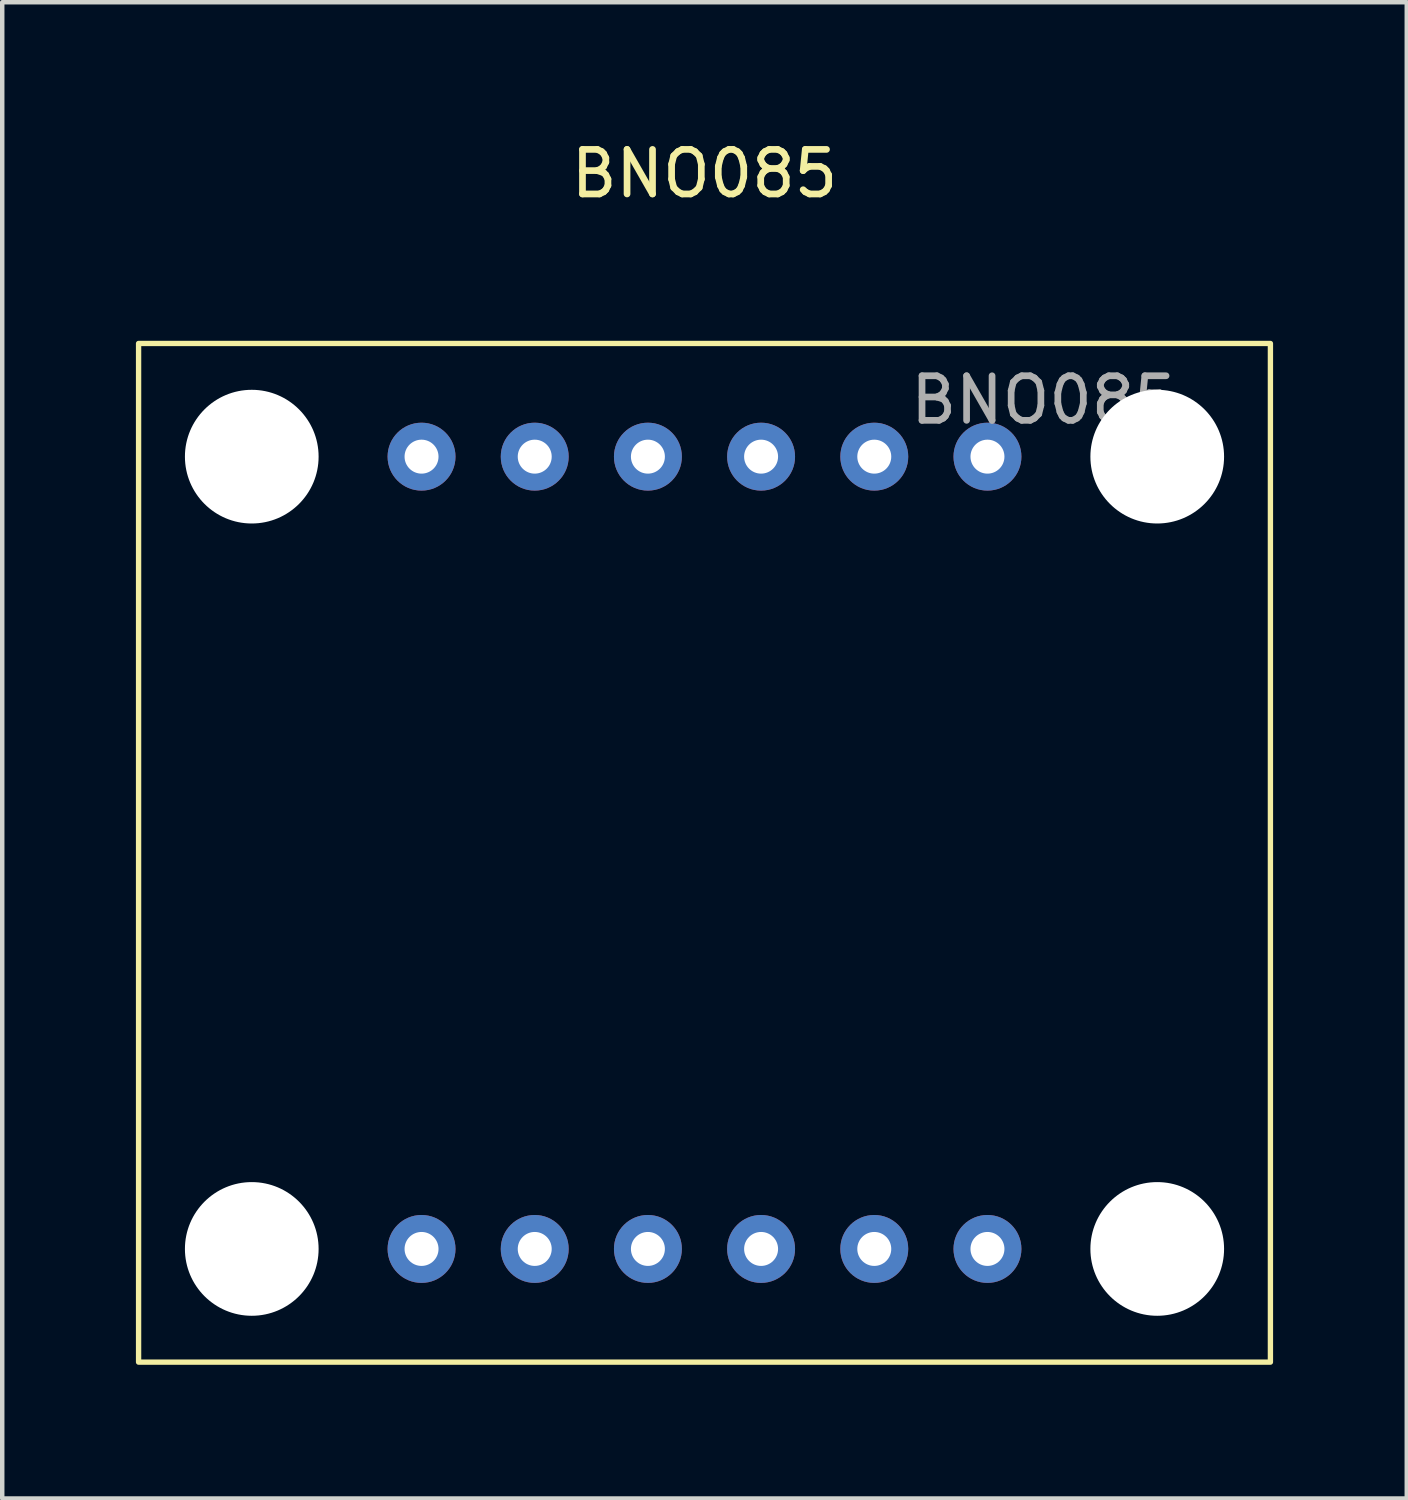
<source format=kicad_pcb>
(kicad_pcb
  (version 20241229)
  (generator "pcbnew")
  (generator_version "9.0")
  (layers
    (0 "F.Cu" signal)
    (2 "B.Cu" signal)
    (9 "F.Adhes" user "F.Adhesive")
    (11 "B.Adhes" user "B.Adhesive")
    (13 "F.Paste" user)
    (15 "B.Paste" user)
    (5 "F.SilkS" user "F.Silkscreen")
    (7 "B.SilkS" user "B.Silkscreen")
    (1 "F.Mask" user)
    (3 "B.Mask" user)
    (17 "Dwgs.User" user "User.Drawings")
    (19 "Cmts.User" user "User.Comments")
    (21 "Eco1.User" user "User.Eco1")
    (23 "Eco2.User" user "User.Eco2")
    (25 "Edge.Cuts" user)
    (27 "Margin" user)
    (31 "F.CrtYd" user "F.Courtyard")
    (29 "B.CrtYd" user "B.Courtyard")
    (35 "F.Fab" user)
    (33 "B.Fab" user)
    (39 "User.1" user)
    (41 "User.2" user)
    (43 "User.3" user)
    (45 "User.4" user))
  (footprint "BNO085"
    (layer "F.Cu")
    (at 12.76 16.088)
    (property "Reference" "BNO085" (at 0 -15.24 0) (unlocked yes) (layer "F.SilkS") (effects (font (size 1 1) (thickness 0.15))))
    (attr through_hole)
    (fp_rect (start -12.7 -11.43) (end 12.7 11.43) (stroke (width 0.12) (type default)) (fill no) (layer "F.SilkS"))
    (fp_text user "${REFERENCE}" (at 7.62 -10.16 0) (unlocked yes) (layer "F.Fab") (effects (font (size 1 1) (thickness 0.15))))
    (pad "" np_thru_hole circle (at -10.16 -8.89) (size 3 3) (drill 3) (layers "*.Cu" "*.Mask"))
    (pad "" np_thru_hole circle (at -10.16 8.89) (size 3 3) (drill 3) (layers "*.Cu" "*.Mask"))
    (pad "" np_thru_hole circle (at 10.16 -8.89) (size 3 3) (drill 3) (layers "*.Cu" "*.Mask"))
    (pad "" np_thru_hole circle (at 10.16 8.89) (size 3 3) (drill 3) (layers "*.Cu" "*.Mask"))
    (pad "1" thru_hole circle (at -6.35 8.89) (size 1.524 1.524) (drill 0.762) (layers "*.Cu" "*.Mask"))
    (pad "2" thru_hole circle (at -3.81 8.89) (size 1.524 1.524) (drill 0.762) (layers "*.Cu" "*.Mask"))
    (pad "3" thru_hole circle (at -1.27 8.89) (size 1.524 1.524) (drill 0.762) (layers "*.Cu" "*.Mask"))
    (pad "4" thru_hole circle (at 1.27 8.89) (size 1.524 1.524) (drill 0.762) (layers "*.Cu" "*.Mask"))
    (pad "5" thru_hole circle (at 3.81 8.89) (size 1.524 1.524) (drill 0.762) (layers "*.Cu" "*.Mask"))
    (pad "6" thru_hole circle (at 6.35 8.89) (size 1.524 1.524) (drill 0.762) (layers "*.Cu" "*.Mask"))
    (pad "7" thru_hole circle (at 6.35 -8.89) (size 1.524 1.524) (drill 0.762) (layers "*.Cu" "*.Mask"))
    (pad "8" thru_hole circle (at 3.81 -8.89) (size 1.524 1.524) (drill 0.762) (layers "*.Cu" "*.Mask"))
    (pad "9" thru_hole circle (at 1.27 -8.89) (size 1.524 1.524) (drill 0.762) (layers "*.Cu" "*.Mask"))
    (pad "10" thru_hole circle (at -1.27 -8.89) (size 1.524 1.524) (drill 0.762) (layers "*.Cu" "*.Mask"))
    (pad "11" thru_hole circle (at -3.81 -8.89) (size 1.524 1.524) (drill 0.762) (layers "*.Cu" "*.Mask"))
    (pad "12" thru_hole circle (at -6.35 -8.89) (size 1.524 1.524) (drill 0.762) (layers "*.Cu" "*.Mask")))
  (gr_rect
    (start -3 -3)
    (end 28.52 30.578)
    (stroke (width 0.1) (type default))
    (fill no)
    (layer "Edge.Cuts")))
</source>
